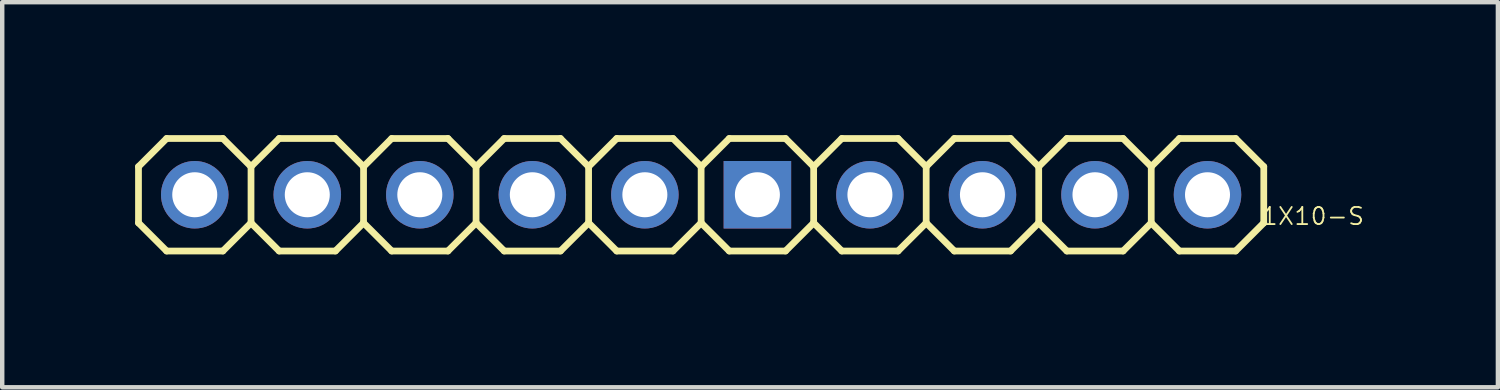
<source format=kicad_pcb>
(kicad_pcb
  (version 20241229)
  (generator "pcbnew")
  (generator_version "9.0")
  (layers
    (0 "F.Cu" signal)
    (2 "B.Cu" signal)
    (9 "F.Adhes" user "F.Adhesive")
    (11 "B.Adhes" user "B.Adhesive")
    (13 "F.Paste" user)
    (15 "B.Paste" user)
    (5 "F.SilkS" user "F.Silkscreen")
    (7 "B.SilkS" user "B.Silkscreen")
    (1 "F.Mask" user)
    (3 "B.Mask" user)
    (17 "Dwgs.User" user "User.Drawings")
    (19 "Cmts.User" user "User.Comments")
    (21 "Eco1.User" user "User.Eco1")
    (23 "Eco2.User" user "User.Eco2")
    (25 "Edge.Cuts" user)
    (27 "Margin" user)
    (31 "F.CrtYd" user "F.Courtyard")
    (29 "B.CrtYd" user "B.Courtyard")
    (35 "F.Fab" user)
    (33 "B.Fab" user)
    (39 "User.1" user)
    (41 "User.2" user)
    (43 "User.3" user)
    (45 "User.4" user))
  (footprint "1X10-S"
    (layer "F.Cu")
    (at 12.776 1.346)
    (property "Reference" "1X10-S" (at 12.624 0.711 0) (layer "F.SilkS") (effects (font (size 0.386 0.386) (thickness 0.041)) (justify left bottom)))
    (attr through_hole)
    (fp_line (start -12.7 -0.635) (end -12.7 0.635) (stroke (width 0.152) (type solid)) (layer "F.SilkS"))
    (fp_line (start -12.7 0.635) (end -12.065 1.27) (stroke (width 0.152) (type solid)) (layer "F.SilkS"))
    (fp_line (start -12.065 -1.27) (end -12.7 -0.635) (stroke (width 0.152) (type solid)) (layer "F.SilkS"))
    (fp_line (start -12.065 -1.27) (end -10.795 -1.27) (stroke (width 0.152) (type solid)) (layer "F.SilkS"))
    (fp_line (start -10.795 -1.27) (end -10.16 -0.635) (stroke (width 0.152) (type solid)) (layer "F.SilkS"))
    (fp_line (start -10.795 1.27) (end -12.065 1.27) (stroke (width 0.152) (type solid)) (layer "F.SilkS"))
    (fp_line (start -10.16 -0.635) (end -10.16 0.635) (stroke (width 0.152) (type solid)) (layer "F.SilkS"))
    (fp_line (start -10.16 -0.635) (end -9.525 -1.27) (stroke (width 0.152) (type solid)) (layer "F.SilkS"))
    (fp_line (start -10.16 0.635) (end -10.795 1.27) (stroke (width 0.152) (type solid)) (layer "F.SilkS"))
    (fp_line (start -9.525 -1.27) (end -8.255 -1.27) (stroke (width 0.152) (type solid)) (layer "F.SilkS"))
    (fp_line (start -9.525 1.27) (end -10.16 0.635) (stroke (width 0.152) (type solid)) (layer "F.SilkS"))
    (fp_line (start -8.255 -1.27) (end -7.62 -0.635) (stroke (width 0.152) (type solid)) (layer "F.SilkS"))
    (fp_line (start -8.255 1.27) (end -9.525 1.27) (stroke (width 0.152) (type solid)) (layer "F.SilkS"))
    (fp_line (start -7.62 -0.635) (end -7.62 0.635) (stroke (width 0.152) (type solid)) (layer "F.SilkS"))
    (fp_line (start -7.62 -0.635) (end -6.985 -1.27) (stroke (width 0.152) (type solid)) (layer "F.SilkS"))
    (fp_line (start -7.62 0.635) (end -8.255 1.27) (stroke (width 0.152) (type solid)) (layer "F.SilkS"))
    (fp_line (start -6.985 -1.27) (end -5.715 -1.27) (stroke (width 0.152) (type solid)) (layer "F.SilkS"))
    (fp_line (start -6.985 1.27) (end -7.62 0.635) (stroke (width 0.152) (type solid)) (layer "F.SilkS"))
    (fp_line (start -5.715 -1.27) (end -5.08 -0.635) (stroke (width 0.152) (type solid)) (layer "F.SilkS"))
    (fp_line (start -5.715 1.27) (end -6.985 1.27) (stroke (width 0.152) (type solid)) (layer "F.SilkS"))
    (fp_line (start -5.08 -0.635) (end -5.08 0.635) (stroke (width 0.152) (type solid)) (layer "F.SilkS"))
    (fp_line (start -5.08 0.635) (end -5.715 1.27) (stroke (width 0.152) (type solid)) (layer "F.SilkS"))
    (fp_line (start -5.08 0.635) (end -4.445 1.27) (stroke (width 0.152) (type solid)) (layer "F.SilkS"))
    (fp_line (start -4.445 -1.27) (end -5.08 -0.635) (stroke (width 0.152) (type solid)) (layer "F.SilkS"))
    (fp_line (start -4.445 -1.27) (end -3.175 -1.27) (stroke (width 0.152) (type solid)) (layer "F.SilkS"))
    (fp_line (start -3.175 -1.27) (end -2.54 -0.635) (stroke (width 0.152) (type solid)) (layer "F.SilkS"))
    (fp_line (start -3.175 1.27) (end -4.445 1.27) (stroke (width 0.152) (type solid)) (layer "F.SilkS"))
    (fp_line (start -2.54 -0.635) (end -2.54 0.635) (stroke (width 0.152) (type solid)) (layer "F.SilkS"))
    (fp_line (start -2.54 -0.635) (end -1.905 -1.27) (stroke (width 0.152) (type solid)) (layer "F.SilkS"))
    (fp_line (start -2.54 0.635) (end -3.175 1.27) (stroke (width 0.152) (type solid)) (layer "F.SilkS"))
    (fp_line (start -1.905 -1.27) (end -0.635 -1.27) (stroke (width 0.152) (type solid)) (layer "F.SilkS"))
    (fp_line (start -1.905 1.27) (end -2.54 0.635) (stroke (width 0.152) (type solid)) (layer "F.SilkS"))
    (fp_line (start -0.635 -1.27) (end 0 -0.635) (stroke (width 0.152) (type solid)) (layer "F.SilkS"))
    (fp_line (start -0.635 1.27) (end -1.905 1.27) (stroke (width 0.152) (type solid)) (layer "F.SilkS"))
    (fp_line (start 0 -0.635) (end 0 0.635) (stroke (width 0.152) (type solid)) (layer "F.SilkS"))
    (fp_line (start 0 -0.635) (end 0.635 -1.27) (stroke (width 0.152) (type solid)) (layer "F.SilkS"))
    (fp_line (start 0 0.635) (end -0.635 1.27) (stroke (width 0.152) (type solid)) (layer "F.SilkS"))
    (fp_line (start 0.635 -1.27) (end 1.905 -1.27) (stroke (width 0.152) (type solid)) (layer "F.SilkS"))
    (fp_line (start 0.635 1.27) (end 0 0.635) (stroke (width 0.152) (type solid)) (layer "F.SilkS"))
    (fp_line (start 1.905 -1.27) (end 2.54 -0.635) (stroke (width 0.152) (type solid)) (layer "F.SilkS"))
    (fp_line (start 1.905 1.27) (end 0.635 1.27) (stroke (width 0.152) (type solid)) (layer "F.SilkS"))
    (fp_line (start 2.54 -0.635) (end 2.54 0.635) (stroke (width 0.152) (type solid)) (layer "F.SilkS"))
    (fp_line (start 2.54 0.635) (end 1.905 1.27) (stroke (width 0.152) (type solid)) (layer "F.SilkS"))
    (fp_line (start 2.54 0.635) (end 3.175 1.27) (stroke (width 0.152) (type solid)) (layer "F.SilkS"))
    (fp_line (start 3.175 -1.27) (end 2.54 -0.635) (stroke (width 0.152) (type solid)) (layer "F.SilkS"))
    (fp_line (start 3.175 -1.27) (end 4.445 -1.27) (stroke (width 0.152) (type solid)) (layer "F.SilkS"))
    (fp_line (start 4.445 -1.27) (end 5.08 -0.635) (stroke (width 0.152) (type solid)) (layer "F.SilkS"))
    (fp_line (start 4.445 1.27) (end 3.175 1.27) (stroke (width 0.152) (type solid)) (layer "F.SilkS"))
    (fp_line (start 5.08 -0.635) (end 5.08 0.635) (stroke (width 0.152) (type solid)) (layer "F.SilkS"))
    (fp_line (start 5.08 -0.635) (end 5.715 -1.27) (stroke (width 0.152) (type solid)) (layer "F.SilkS"))
    (fp_line (start 5.08 0.635) (end 4.445 1.27) (stroke (width 0.152) (type solid)) (layer "F.SilkS"))
    (fp_line (start 5.715 -1.27) (end 6.985 -1.27) (stroke (width 0.152) (type solid)) (layer "F.SilkS"))
    (fp_line (start 5.715 1.27) (end 5.08 0.635) (stroke (width 0.152) (type solid)) (layer "F.SilkS"))
    (fp_line (start 6.985 -1.27) (end 7.62 -0.635) (stroke (width 0.152) (type solid)) (layer "F.SilkS"))
    (fp_line (start 6.985 1.27) (end 5.715 1.27) (stroke (width 0.152) (type solid)) (layer "F.SilkS"))
    (fp_line (start 7.62 -0.635) (end 7.62 0.635) (stroke (width 0.152) (type solid)) (layer "F.SilkS"))
    (fp_line (start 7.62 -0.635) (end 8.255 -1.27) (stroke (width 0.152) (type solid)) (layer "F.SilkS"))
    (fp_line (start 7.62 0.635) (end 6.985 1.27) (stroke (width 0.152) (type solid)) (layer "F.SilkS"))
    (fp_line (start 8.255 -1.27) (end 9.525 -1.27) (stroke (width 0.152) (type solid)) (layer "F.SilkS"))
    (fp_line (start 8.255 1.27) (end 7.62 0.635) (stroke (width 0.152) (type solid)) (layer "F.SilkS"))
    (fp_line (start 9.525 -1.27) (end 10.16 -0.635) (stroke (width 0.152) (type solid)) (layer "F.SilkS"))
    (fp_line (start 9.525 1.27) (end 8.255 1.27) (stroke (width 0.152) (type solid)) (layer "F.SilkS"))
    (fp_line (start 10.16 -0.635) (end 10.16 0.635) (stroke (width 0.152) (type solid)) (layer "F.SilkS"))
    (fp_line (start 10.16 0.635) (end 9.525 1.27) (stroke (width 0.152) (type solid)) (layer "F.SilkS"))
    (fp_line (start 10.16 0.635) (end 10.795 1.27) (stroke (width 0.152) (type solid)) (layer "F.SilkS"))
    (fp_line (start 10.795 -1.27) (end 10.16 -0.635) (stroke (width 0.152) (type solid)) (layer "F.SilkS"))
    (fp_line (start 10.795 -1.27) (end 12.065 -1.27) (stroke (width 0.152) (type solid)) (layer "F.SilkS"))
    (fp_line (start 12.065 -1.27) (end 12.7 -0.635) (stroke (width 0.152) (type solid)) (layer "F.SilkS"))
    (fp_line (start 12.065 1.27) (end 10.795 1.27) (stroke (width 0.152) (type solid)) (layer "F.SilkS"))
    (fp_line (start 12.7 -0.635) (end 12.7 0.635) (stroke (width 0.152) (type solid)) (layer "F.SilkS"))
    (fp_line (start 12.7 0.635) (end 12.065 1.27) (stroke (width 0.152) (type solid)) (layer "F.SilkS"))
    (fp_poly (pts (xy -11.684 0.254) (xy -11.176 0.254) (xy -11.176 -0.254) (xy -11.684 -0.254)) (stroke (width 0.1) (type solid)) (fill no) (layer "F.Fab"))
    (fp_poly (pts (xy -9.144 0.254) (xy -8.636 0.254) (xy -8.636 -0.254) (xy -9.144 -0.254)) (stroke (width 0.1) (type solid)) (fill no) (layer "F.Fab"))
    (fp_poly (pts (xy -6.604 0.254) (xy -6.096 0.254) (xy -6.096 -0.254) (xy -6.604 -0.254)) (stroke (width 0.1) (type solid)) (fill no) (layer "F.Fab"))
    (fp_poly (pts (xy -4.064 0.254) (xy -3.556 0.254) (xy -3.556 -0.254) (xy -4.064 -0.254)) (stroke (width 0.1) (type solid)) (fill no) (layer "F.Fab"))
    (fp_poly (pts (xy -1.524 0.254) (xy -1.016 0.254) (xy -1.016 -0.254) (xy -1.524 -0.254)) (stroke (width 0.1) (type solid)) (fill no) (layer "F.Fab"))
    (fp_poly (pts (xy 1.016 0.254) (xy 1.524 0.254) (xy 1.524 -0.254) (xy 1.016 -0.254)) (stroke (width 0.1) (type solid)) (fill no) (layer "F.Fab"))
    (fp_poly (pts (xy 3.556 0.254) (xy 4.064 0.254) (xy 4.064 -0.254) (xy 3.556 -0.254)) (stroke (width 0.1) (type solid)) (fill no) (layer "F.Fab"))
    (fp_poly (pts (xy 6.096 0.254) (xy 6.604 0.254) (xy 6.604 -0.254) (xy 6.096 -0.254)) (stroke (width 0.1) (type solid)) (fill no) (layer "F.Fab"))
    (fp_poly (pts (xy 8.636 0.254) (xy 9.144 0.254) (xy 9.144 -0.254) (xy 8.636 -0.254)) (stroke (width 0.1) (type solid)) (fill no) (layer "F.Fab"))
    (fp_poly (pts (xy 11.176 0.254) (xy 11.684 0.254) (xy 11.684 -0.254) (xy 11.176 -0.254)) (stroke (width 0.1) (type solid)) (fill no) (layer "F.Fab"))
    (pad "1" thru_hole circle (at -11.43 0) (size 1.524 1.524) (drill 1.016) (layers "*.Cu" "*.Mask"))
    (pad "2" thru_hole circle (at -8.89 0) (size 1.524 1.524) (drill 1.016) (layers "*.Cu" "*.Mask"))
    (pad "3" thru_hole circle (at -6.35 0) (size 1.524 1.524) (drill 1.016) (layers "*.Cu" "*.Mask"))
    (pad "4" thru_hole circle (at -3.81 0) (size 1.524 1.524) (drill 1.016) (layers "*.Cu" "*.Mask"))
    (pad "5" thru_hole circle (at -1.27 0) (size 1.524 1.524) (drill 1.016) (layers "*.Cu" "*.Mask"))
    (pad "6" thru_hole rect (at 1.27 0) (size 1.524 1.524) (drill 1.016) (layers "*.Cu" "*.Mask"))
    (pad "7" thru_hole circle (at 3.81 0) (size 1.524 1.524) (drill 1.016) (layers "*.Cu" "*.Mask"))
    (pad "8" thru_hole circle (at 6.35 0) (size 1.524 1.524) (drill 1.016) (layers "*.Cu" "*.Mask"))
    (pad "9" thru_hole circle (at 8.89 0) (size 1.524 1.524) (drill 1.016) (layers "*.Cu" "*.Mask"))
    (pad "10" thru_hole circle (at 11.43 0) (size 1.524 1.524) (drill 1.016) (layers "*.Cu" "*.Mask")))
  (gr_rect
    (start -3 -3)
    (end 30.761 5.692)
    (stroke (width 0.1) (type default))
    (fill no)
    (layer "Edge.Cuts")))
</source>
